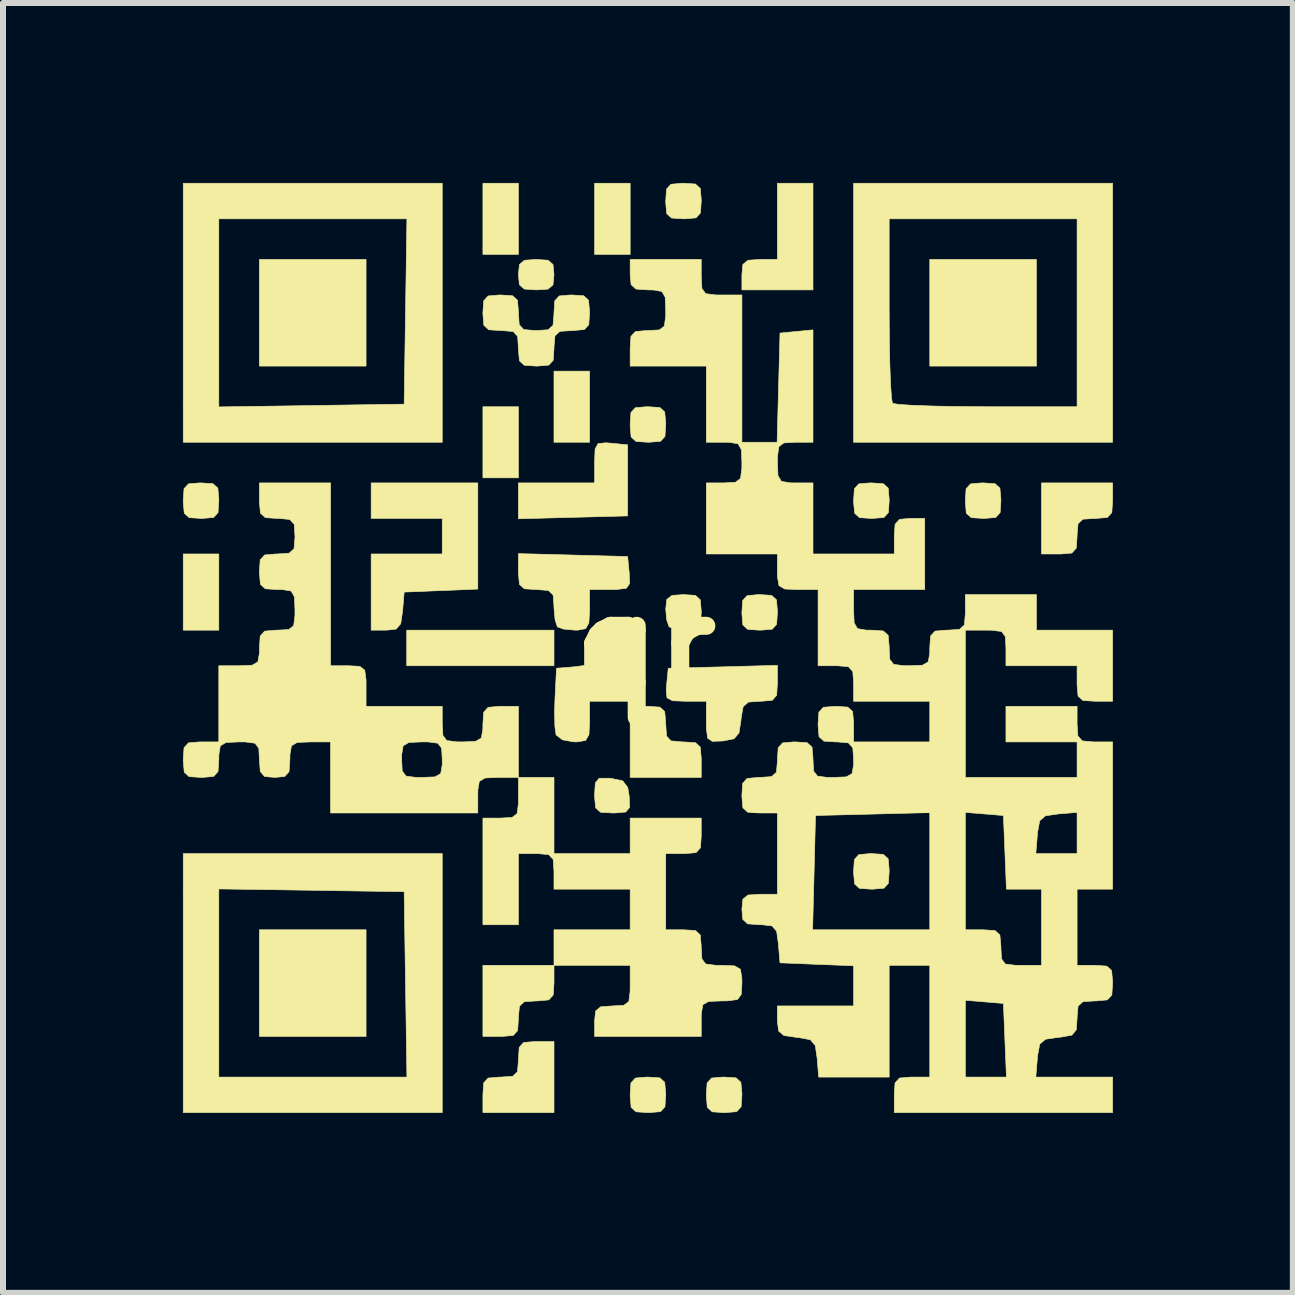
<source format=kicad_pcb>
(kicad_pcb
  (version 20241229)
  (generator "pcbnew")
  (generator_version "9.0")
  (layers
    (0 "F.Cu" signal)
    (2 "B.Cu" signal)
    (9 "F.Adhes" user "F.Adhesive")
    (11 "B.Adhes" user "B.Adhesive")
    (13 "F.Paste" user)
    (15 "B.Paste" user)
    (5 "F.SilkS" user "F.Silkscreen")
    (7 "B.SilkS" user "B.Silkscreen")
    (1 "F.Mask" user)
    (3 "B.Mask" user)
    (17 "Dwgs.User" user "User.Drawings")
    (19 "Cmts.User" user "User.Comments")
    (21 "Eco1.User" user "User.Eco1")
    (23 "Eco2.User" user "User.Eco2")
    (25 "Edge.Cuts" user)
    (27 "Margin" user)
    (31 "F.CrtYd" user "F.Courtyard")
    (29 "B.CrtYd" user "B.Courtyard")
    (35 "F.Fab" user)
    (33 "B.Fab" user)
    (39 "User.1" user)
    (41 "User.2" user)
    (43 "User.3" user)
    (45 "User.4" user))
  (footprint "qr"
    (layer "F.Cu")
    (at 7.71 7.71)
    (property "Reference" "qr" (at 0 0 0) (layer "F.SilkS") (effects (font (size 1.524 1.524) (thickness 0.3))))
    (attr through_hole)
    (fp_poly (pts (xy -7.112 -0.254) (xy -7.705 -0.254) (xy -7.705 -1.524) (xy -7.112 -1.524) (xy -7.112 -0.254)) (stroke (width 0.01) (type solid)) (fill yes) (layer "F.SilkS"))
    (fp_poly (pts (xy -4.657 -4.657) (xy -6.435 -4.657) (xy -6.435 -6.435) (xy -4.657 -6.435) (xy -4.657 -4.657)) (stroke (width 0.01) (type solid)) (fill yes) (layer "F.SilkS"))
    (fp_poly (pts (xy -4.657 6.519) (xy -6.435 6.519) (xy -6.435 4.741) (xy -4.657 4.741) (xy -4.657 6.519)) (stroke (width 0.01) (type solid)) (fill yes) (layer "F.SilkS"))
    (fp_poly (pts (xy -2.117 -6.519) (xy -2.709 -6.519) (xy -2.709 -7.705) (xy -2.117 -7.705) (xy -2.117 -6.519)) (stroke (width 0.01) (type solid)) (fill yes) (layer "F.SilkS"))
    (fp_poly (pts (xy -2.117 -2.794) (xy -2.709 -2.794) (xy -2.709 -3.979) (xy -2.117 -3.979) (xy -2.117 -2.794)) (stroke (width 0.01) (type solid)) (fill yes) (layer "F.SilkS"))
    (fp_poly (pts (xy -1.524 0.339) (xy -3.979 0.339) (xy -3.979 -0.254) (xy -1.524 -0.254) (xy -1.524 0.339)) (stroke (width 0.01) (type solid)) (fill yes) (layer "F.SilkS"))
    (fp_poly (pts (xy -0.931 -3.387) (xy -1.524 -3.387) (xy -1.524 -4.572) (xy -0.931 -4.572) (xy -0.931 -3.387)) (stroke (width 0.01) (type solid)) (fill yes) (layer "F.SilkS"))
    (fp_poly (pts (xy -0.254 -6.519) (xy -0.847 -6.519) (xy -0.847 -7.705) (xy -0.254 -7.705) (xy -0.254 -6.519)) (stroke (width 0.01) (type solid)) (fill yes) (layer "F.SilkS"))
    (fp_poly (pts (xy 6.519 -4.657) (xy 4.741 -4.657) (xy 4.741 -6.435) (xy 6.519 -6.435) (xy 6.519 -4.657)) (stroke (width 0.01) (type solid)) (fill yes) (layer "F.SilkS"))
    (fp_poly (pts (xy 2.794 -5.927) (xy 1.609 -5.927) (xy 1.609 -6.181) (xy 1.625 -6.351) (xy 1.709 -6.421) (xy 1.905 -6.435) (xy 2.201 -6.435) (xy 2.201 -7.705) (xy 2.794 -7.705) (xy 2.794 -5.927)) (stroke (width 0.01) (type solid)) (fill yes) (layer "F.SilkS"))
    (fp_poly (pts (xy -0.572 -3.371) (xy -0.296 -3.344) (xy -0.296 -2.159) (xy -1.206 -2.135) (xy -2.117 -2.111) (xy -2.117 -2.709) (xy -0.847 -2.709) (xy -0.847 -3.053) (xy -0.839 -3.272) (xy -0.789 -3.365) (xy -0.66 -3.378) (xy -0.572 -3.371)) (stroke (width 0.01) (type solid)) (fill yes) (layer "F.SilkS"))
    (fp_poly (pts (xy -3.387 7.789) (xy -7.705 7.789) (xy -7.705 7.197) (xy -7.112 7.197) (xy -3.976 7.197) (xy -3.999 5.652) (xy -4.022 4.106) (xy -7.112 4.06) (xy -7.112 7.197) (xy -7.705 7.197) (xy -7.705 3.471) (xy -3.387 3.471) (xy -3.387 7.789)) (stroke (width 0.01) (type solid)) (fill yes) (layer "F.SilkS"))
    (fp_poly (pts (xy -1.621 -6.421) (xy -1.54 -6.349) (xy -1.524 -6.181) (xy -1.541 -6.01) (xy -1.624 -5.94) (xy -1.82 -5.927) (xy -2.019 -5.941) (xy -2.101 -6.013) (xy -2.117 -6.181) (xy -2.1 -6.351) (xy -2.016 -6.421) (xy -1.82 -6.435) (xy -1.621 -6.421)) (stroke (width 0.01) (type solid)) (fill yes) (layer "F.SilkS"))
    (fp_poly (pts (xy -3.387 -3.387) (xy -7.705 -3.387) (xy -7.705 -7.112) (xy -7.112 -7.112) (xy -7.112 -3.976) (xy -5.567 -3.999) (xy -4.022 -4.022) (xy -3.999 -5.567) (xy -3.976 -7.112) (xy -7.112 -7.112) (xy -7.705 -7.112) (xy -7.705 -7.705) (xy -3.387 -7.705) (xy -3.387 -3.387)) (stroke (width 0.01) (type solid)) (fill yes) (layer "F.SilkS"))
    (fp_poly (pts (xy -2.794 -0.939) (xy -4.022 -0.889) (xy -4.048 -0.572) (xy -4.079 -0.363) (xy -4.154 -0.273) (xy -4.315 -0.254) (xy -4.323 -0.254) (xy -4.572 -0.254) (xy -4.572 -1.524) (xy -3.387 -1.524) (xy -3.387 -2.117) (xy -4.572 -2.117) (xy -4.572 -2.709) (xy -2.794 -2.709) (xy -2.794 -0.939)) (stroke (width 0.01) (type solid)) (fill yes) (layer "F.SilkS"))
    (fp_poly (pts (xy 0.834 -0.834) (xy 0.915 -0.76) (xy 0.931 -0.573) (xy 0.931 -0.55) (xy 0.917 -0.351) (xy 0.845 -0.269) (xy 0.691 -0.254) (xy 0.498 -0.272) (xy 0.395 -0.31) (xy 0.354 -0.429) (xy 0.339 -0.607) (xy 0.357 -0.768) (xy 0.445 -0.834) (xy 0.635 -0.847) (xy 0.834 -0.834)) (stroke (width 0.01) (type solid)) (fill yes) (layer "F.SilkS"))
    (fp_poly (pts (xy -0.572 2.217) (xy -0.378 2.258) (xy -0.294 2.369) (xy -0.27 2.519) (xy -0.264 2.702) (xy -0.328 2.778) (xy -0.508 2.794) (xy -0.545 2.794) (xy -0.746 2.782) (xy -0.829 2.71) (xy -0.847 2.528) (xy -0.847 2.492) (xy -0.835 2.293) (xy -0.771 2.215) (xy -0.605 2.214) (xy -0.572 2.217)) (stroke (width 0.01) (type solid)) (fill yes) (layer "F.SilkS"))
    (fp_poly (pts (xy -7.21 -2.696) (xy -7.128 -2.622) (xy -7.112 -2.436) (xy -7.112 -2.413) (xy -7.125 -2.214) (xy -7.199 -2.133) (xy -7.386 -2.117) (xy -7.408 -2.117) (xy -7.607 -2.13) (xy -7.688 -2.204) (xy -7.705 -2.39) (xy -7.705 -2.413) (xy -7.692 -2.612) (xy -7.618 -2.693) (xy -7.431 -2.709) (xy -7.408 -2.709) (xy -7.21 -2.696)) (stroke (width 0.01) (type solid)) (fill yes) (layer "F.SilkS"))
    (fp_poly (pts (xy -1.524 5.63) (xy -1.537 5.829) (xy -1.611 5.91) (xy -1.798 5.927) (xy -1.82 5.927) (xy -2.019 5.94) (xy -2.1 6.014) (xy -2.117 6.2) (xy -2.117 6.223) (xy -2.13 6.422) (xy -2.204 6.503) (xy -2.39 6.519) (xy -2.413 6.519) (xy -2.709 6.519) (xy -2.709 5.334) (xy -1.524 5.334) (xy -1.524 5.63)) (stroke (width 0.01) (type solid)) (fill yes) (layer "F.SilkS"))
    (fp_poly (pts (xy -1.524 7.789) (xy -2.709 7.789) (xy -2.709 7.493) (xy -2.696 7.294) (xy -2.622 7.213) (xy -2.436 7.197) (xy -2.413 7.197) (xy -2.214 7.184) (xy -2.133 7.11) (xy -2.117 6.923) (xy -2.117 6.9) (xy -2.104 6.702) (xy -2.03 6.62) (xy -1.843 6.604) (xy -1.82 6.604) (xy -1.524 6.604) (xy -1.524 7.789)) (stroke (width 0.01) (type solid)) (fill yes) (layer "F.SilkS"))
    (fp_poly (pts (xy 0.241 -3.966) (xy 0.322 -3.892) (xy 0.339 -3.706) (xy 0.339 -3.683) (xy 0.326 -3.484) (xy 0.252 -3.403) (xy 0.065 -3.387) (xy 0.042 -3.387) (xy -0.156 -3.4) (xy -0.238 -3.474) (xy -0.254 -3.66) (xy -0.254 -3.683) (xy -0.241 -3.882) (xy -0.167 -3.963) (xy 0.02 -3.979) (xy 0.042 -3.979) (xy 0.241 -3.966)) (stroke (width 0.01) (type solid)) (fill yes) (layer "F.SilkS"))
    (fp_poly (pts (xy 0.241 1.029) (xy 0.322 1.103) (xy 0.339 1.29) (xy 0.339 1.312) (xy 0.352 1.511) (xy 0.426 1.592) (xy 0.612 1.609) (xy 0.635 1.609) (xy 0.834 1.622) (xy 0.915 1.696) (xy 0.931 1.882) (xy 0.931 1.905) (xy 0.931 2.201) (xy -0.254 2.201) (xy -0.254 1.016) (xy 0.042 1.016) (xy 0.241 1.029)) (stroke (width 0.01) (type solid)) (fill yes) (layer "F.SilkS"))
    (fp_poly (pts (xy 0.241 7.21) (xy 0.322 7.284) (xy 0.339 7.47) (xy 0.339 7.493) (xy 0.326 7.692) (xy 0.252 7.773) (xy 0.065 7.789) (xy 0.042 7.789) (xy -0.156 7.776) (xy -0.238 7.702) (xy -0.254 7.516) (xy -0.254 7.493) (xy -0.241 7.294) (xy -0.167 7.213) (xy 0.02 7.197) (xy 0.042 7.197) (xy 0.241 7.21)) (stroke (width 0.01) (type solid)) (fill yes) (layer "F.SilkS"))
    (fp_poly (pts (xy 0.834 -7.692) (xy 0.915 -7.618) (xy 0.931 -7.431) (xy 0.931 -7.408) (xy 0.918 -7.21) (xy 0.844 -7.128) (xy 0.658 -7.112) (xy 0.635 -7.112) (xy 0.436 -7.125) (xy 0.355 -7.199) (xy 0.339 -7.386) (xy 0.339 -7.408) (xy 0.352 -7.607) (xy 0.426 -7.688) (xy 0.612 -7.705) (xy 0.635 -7.705) (xy 0.834 -7.692)) (stroke (width 0.01) (type solid)) (fill yes) (layer "F.SilkS"))
    (fp_poly (pts (xy 1.511 7.21) (xy 1.592 7.284) (xy 1.609 7.47) (xy 1.609 7.493) (xy 1.596 7.692) (xy 1.522 7.773) (xy 1.335 7.789) (xy 1.312 7.789) (xy 1.114 7.776) (xy 1.032 7.702) (xy 1.016 7.516) (xy 1.016 7.493) (xy 1.029 7.294) (xy 1.103 7.213) (xy 1.29 7.197) (xy 1.312 7.197) (xy 1.511 7.21)) (stroke (width 0.01) (type solid)) (fill yes) (layer "F.SilkS"))
    (fp_poly (pts (xy 2.104 -0.834) (xy 2.185 -0.76) (xy 2.201 -0.573) (xy 2.201 -0.55) (xy 2.188 -0.352) (xy 2.114 -0.27) (xy 1.928 -0.254) (xy 1.905 -0.254) (xy 1.706 -0.267) (xy 1.625 -0.341) (xy 1.609 -0.528) (xy 1.609 -0.55) (xy 1.622 -0.749) (xy 1.696 -0.83) (xy 1.882 -0.847) (xy 1.905 -0.847) (xy 2.104 -0.834)) (stroke (width 0.01) (type solid)) (fill yes) (layer "F.SilkS"))
    (fp_poly (pts (xy 3.966 -2.696) (xy 4.048 -2.622) (xy 4.064 -2.436) (xy 4.064 -2.413) (xy 4.051 -2.214) (xy 3.977 -2.133) (xy 3.79 -2.117) (xy 3.768 -2.117) (xy 3.569 -2.13) (xy 3.488 -2.204) (xy 3.471 -2.39) (xy 3.471 -2.413) (xy 3.484 -2.612) (xy 3.558 -2.693) (xy 3.745 -2.709) (xy 3.768 -2.709) (xy 3.966 -2.696)) (stroke (width 0.01) (type solid)) (fill yes) (layer "F.SilkS"))
    (fp_poly (pts (xy 3.966 3.484) (xy 4.048 3.558) (xy 4.064 3.745) (xy 4.064 3.768) (xy 4.051 3.966) (xy 3.977 4.048) (xy 3.79 4.064) (xy 3.768 4.064) (xy 3.569 4.051) (xy 3.488 3.977) (xy 3.471 3.79) (xy 3.471 3.768) (xy 3.484 3.569) (xy 3.558 3.488) (xy 3.745 3.471) (xy 3.768 3.471) (xy 3.966 3.484)) (stroke (width 0.01) (type solid)) (fill yes) (layer "F.SilkS"))
    (fp_poly (pts (xy 5.829 -2.696) (xy 5.91 -2.622) (xy 5.927 -2.436) (xy 5.927 -2.413) (xy 5.914 -2.214) (xy 5.84 -2.133) (xy 5.653 -2.117) (xy 5.63 -2.117) (xy 5.432 -2.13) (xy 5.35 -2.204) (xy 5.334 -2.39) (xy 5.334 -2.413) (xy 5.347 -2.612) (xy 5.421 -2.693) (xy 5.608 -2.709) (xy 5.63 -2.709) (xy 5.829 -2.696)) (stroke (width 0.01) (type solid)) (fill yes) (layer "F.SilkS"))
    (fp_poly (pts (xy 7.789 -2.413) (xy 7.776 -2.214) (xy 7.702 -2.133) (xy 7.516 -2.117) (xy 7.493 -2.117) (xy 7.294 -2.104) (xy 7.213 -2.03) (xy 7.197 -1.843) (xy 7.197 -1.82) (xy 7.184 -1.622) (xy 7.11 -1.54) (xy 6.923 -1.524) (xy 6.9 -1.524) (xy 6.604 -1.524) (xy 6.604 -2.709) (xy 7.789 -2.709) (xy 7.789 -2.413)) (stroke (width 0.01) (type solid)) (fill yes) (layer "F.SilkS"))
    (fp_poly (pts (xy 7.789 -3.387) (xy 3.471 -3.387) (xy 3.471 -7.112) (xy 4.064 -7.112) (xy 4.064 -5.602) (xy 4.067 -5.113) (xy 4.075 -4.683) (xy 4.088 -4.341) (xy 4.104 -4.116) (xy 4.12 -4.036) (xy 4.219 -4.018) (xy 4.46 -4.002) (xy 4.813 -3.99) (xy 5.251 -3.982) (xy 5.687 -3.979) (xy 7.197 -3.979) (xy 7.197 -7.112) (xy 4.064 -7.112) (xy 3.471 -7.112) (xy 3.471 -7.705) (xy 7.789 -7.705) (xy 7.789 -3.387)) (stroke (width 0.01) (type solid)) (fill yes) (layer "F.SilkS"))
    (fp_poly (pts (xy -0.254 0.931) (xy -0.931 0.931) (xy -0.931 1.27) (xy -0.941 1.487) (xy -0.996 1.584) (xy -1.131 1.608) (xy -1.188 1.609) (xy -1.383 1.574) (xy -1.489 1.493) (xy -1.509 1.35) (xy -1.514 1.1) (xy -1.507 0.88) (xy -1.482 0.381) (xy -1.164 0.355) (xy -0.956 0.325) (xy -0.867 0.25) (xy -0.847 0.079) (xy -0.847 0.037) (xy -0.833 -0.158) (xy -0.758 -0.238) (xy -0.57 -0.254) (xy -0.55 -0.254) (xy -0.254 -0.254) (xy -0.254 0.931)) (stroke (width 0.01) (type solid)) (fill yes) (layer "F.SilkS"))
    (fp_poly (pts (xy 2.201 0.632) (xy 2.188 0.832) (xy 2.116 0.915) (xy 1.935 0.931) (xy 1.91 0.931) (xy 1.718 0.945) (xy 1.63 1.019) (xy 1.597 1.204) (xy 1.593 1.249) (xy 1.56 1.46) (xy 1.479 1.556) (xy 1.3 1.592) (xy 1.291 1.593) (xy 1.116 1.6) (xy 1.037 1.546) (xy 1.017 1.386) (xy 1.016 1.275) (xy 1.016 0.931) (xy 0.672 0.931) (xy 0.454 0.923) (xy 0.36 0.874) (xy 0.347 0.745) (xy 0.354 0.656) (xy 0.381 0.381) (xy 2.201 0.333) (xy 2.201 0.632)) (stroke (width 0.01) (type solid)) (fill yes) (layer "F.SilkS"))
    (fp_poly (pts (xy -1.206 -1.506) (xy -0.296 -1.482) (xy -0.27 -1.206) (xy -0.263 -1.031) (xy -0.317 -0.953) (xy -0.477 -0.932) (xy -0.587 -0.931) (xy -0.931 -0.931) (xy -0.931 -0.593) (xy -0.942 -0.375) (xy -0.996 -0.279) (xy -1.128 -0.254) (xy -1.171 -0.254) (xy -1.365 -0.272) (xy -1.468 -0.31) (xy -1.506 -0.427) (xy -1.524 -0.632) (xy -1.524 -0.649) (xy -1.538 -0.838) (xy -1.615 -0.916) (xy -1.806 -0.931) (xy -1.82 -0.931) (xy -2.018 -0.944) (xy -2.1 -1.017) (xy -2.117 -1.202) (xy -2.117 -1.231) (xy -2.117 -1.53) (xy -1.206 -1.506)) (stroke (width 0.01) (type solid)) (fill yes) (layer "F.SilkS"))
    (fp_poly (pts (xy -1.029 -5.829) (xy -0.948 -5.755) (xy -0.931 -5.568) (xy -0.931 -5.546) (xy -0.944 -5.347) (xy -1.018 -5.266) (xy -1.205 -5.249) (xy -1.228 -5.249) (xy -1.426 -5.236) (xy -1.508 -5.162) (xy -1.524 -4.976) (xy -1.524 -4.953) (xy -1.537 -4.754) (xy -1.611 -4.673) (xy -1.798 -4.657) (xy -1.82 -4.657) (xy -2.019 -4.67) (xy -2.1 -4.744) (xy -2.117 -4.93) (xy -2.117 -4.953) (xy -2.13 -5.152) (xy -2.204 -5.233) (xy -2.39 -5.249) (xy -2.413 -5.249) (xy -2.612 -5.262) (xy -2.693 -5.336) (xy -2.709 -5.523) (xy -2.709 -5.546) (xy -2.696 -5.744) (xy -2.622 -5.826) (xy -2.436 -5.842) (xy -2.413 -5.842) (xy -2.214 -5.829) (xy -2.133 -5.755) (xy -2.117 -5.568) (xy -2.117 -5.546) (xy -2.104 -5.347) (xy -2.03 -5.266) (xy -1.843 -5.249) (xy -1.82 -5.249) (xy -1.622 -5.262) (xy -1.54 -5.336) (xy -1.524 -5.523) (xy -1.524 -5.546) (xy -1.511 -5.744) (xy -1.437 -5.826) (xy -1.25 -5.842) (xy -1.228 -5.842) (xy -1.029 -5.829)) (stroke (width 0.01) (type solid)) (fill yes) (layer "F.SilkS"))
    (fp_poly (pts (xy -1.524 4.741) (xy -0.254 4.741) (xy -0.254 4.064) (xy -1.524 4.064) (xy -1.524 3.768) (xy -1.537 3.569) (xy -1.611 3.488) (xy -1.798 3.471) (xy -1.82 3.471) (xy -2.117 3.471) (xy -2.117 4.657) (xy -2.709 4.657) (xy -2.709 2.879) (xy -2.413 2.879) (xy -2.223 2.868) (xy -2.139 2.805) (xy -2.117 2.64) (xy -2.117 2.54) (xy -2.117 2.201) (xy -1.524 2.201) (xy -1.524 3.471) (xy -0.254 3.471) (xy -0.254 2.879) (xy 0.931 2.879) (xy 0.931 3.175) (xy 0.918 3.374) (xy 0.844 3.455) (xy 0.658 3.471) (xy 0.635 3.471) (xy 0.339 3.471) (xy 0.339 4.741) (xy 0.635 4.741) (xy 0.834 4.754) (xy 0.915 4.828) (xy 0.931 5.015) (xy 0.931 5.038) (xy 0.942 5.227) (xy 1.005 5.312) (xy 1.17 5.333) (xy 1.27 5.334) (xy 1.487 5.343) (xy 1.583 5.398) (xy 1.608 5.543) (xy 1.609 5.63) (xy 1.598 5.82) (xy 1.535 5.904) (xy 1.37 5.926) (xy 1.27 5.927) (xy 1.053 5.936) (xy 0.957 5.991) (xy 0.932 6.136) (xy 0.931 6.223) (xy 0.931 6.519) (xy -0.847 6.519) (xy -0.847 6.265) (xy -0.83 6.095) (xy -0.746 6.025) (xy -0.55 6.011) (xy -0.361 6.001) (xy -0.276 5.938) (xy -0.255 5.773) (xy -0.254 5.673) (xy -0.254 5.334) (xy -1.524 5.334) (xy -1.524 4.741)) (stroke (width 0.01) (type solid)) (fill yes) (layer "F.SilkS"))
    (fp_poly (pts (xy -5.249 0.339) (xy -4.953 0.339) (xy -4.763 0.349) (xy -4.679 0.412) (xy -4.657 0.577) (xy -4.657 0.677) (xy -4.657 1.016) (xy -3.387 1.016) (xy -3.387 1.312) (xy -3.376 1.502) (xy -3.313 1.586) (xy -3.148 1.608) (xy -3.048 1.609) (xy -2.831 1.6) (xy -2.735 1.544) (xy -2.71 1.4) (xy -2.709 1.312) (xy -2.696 1.114) (xy -2.622 1.032) (xy -2.436 1.016) (xy -2.413 1.016) (xy -2.117 1.016) (xy -2.117 2.201) (xy -2.455 2.201) (xy -2.672 2.21) (xy -2.769 2.266) (xy -2.793 2.41) (xy -2.794 2.498) (xy -2.794 2.794) (xy -5.249 2.794) (xy -5.249 1.905) (xy -4.064 1.905) (xy -4.054 2.095) (xy -3.99 2.179) (xy -3.825 2.201) (xy -3.725 2.201) (xy -3.508 2.192) (xy -3.412 2.137) (xy -3.387 1.992) (xy -3.387 1.905) (xy -3.397 1.715) (xy -3.46 1.631) (xy -3.625 1.609) (xy -3.725 1.609) (xy -3.942 1.618) (xy -4.039 1.673) (xy -4.063 1.818) (xy -4.064 1.905) (xy -5.249 1.905) (xy -5.249 1.609) (xy -5.588 1.609) (xy -5.805 1.618) (xy -5.901 1.673) (xy -5.926 1.818) (xy -5.927 1.905) (xy -5.941 2.104) (xy -6.013 2.186) (xy -6.181 2.201) (xy -6.351 2.185) (xy -6.421 2.101) (xy -6.435 1.905) (xy -6.445 1.715) (xy -6.508 1.631) (xy -6.673 1.609) (xy -6.773 1.609) (xy -6.99 1.618) (xy -7.087 1.673) (xy -7.111 1.818) (xy -7.112 1.905) (xy -7.125 2.104) (xy -7.199 2.185) (xy -7.386 2.201) (xy -7.408 2.201) (xy -7.607 2.188) (xy -7.688 2.114) (xy -7.705 1.928) (xy -7.705 1.905) (xy -7.692 1.706) (xy -7.618 1.625) (xy -7.431 1.609) (xy -7.408 1.609) (xy -7.112 1.609) (xy -7.112 0.339) (xy -6.773 0.339) (xy -6.556 0.33) (xy -6.46 0.274) (xy -6.435 0.13) (xy -6.435 0.042) (xy -6.422 -0.156) (xy -6.348 -0.238) (xy -6.161 -0.254) (xy -6.138 -0.254) (xy -5.949 -0.264) (xy -5.864 -0.328) (xy -5.843 -0.493) (xy -5.842 -0.593) (xy -5.851 -0.81) (xy -5.906 -0.906) (xy -6.051 -0.931) (xy -6.138 -0.931) (xy -6.337 -0.944) (xy -6.418 -1.018) (xy -6.435 -1.205) (xy -6.435 -1.228) (xy -6.422 -1.426) (xy -6.348 -1.508) (xy -6.161 -1.524) (xy -6.138 -1.524) (xy -5.94 -1.537) (xy -5.858 -1.611) (xy -5.842 -1.798) (xy -5.842 -1.82) (xy -5.855 -2.019) (xy -5.929 -2.1) (xy -6.116 -2.117) (xy -6.138 -2.117) (xy -6.337 -2.13) (xy -6.418 -2.204) (xy -6.435 -2.39) (xy -6.435 -2.413) (xy -6.435 -2.709) (xy -5.249 -2.709) (xy -5.249 0.339)) (stroke (width 0.01) (type solid)) (fill yes) (layer "F.SilkS"))
    (fp_poly (pts (xy 0.931 -6.138) (xy 0.942 -5.949) (xy 1.005 -5.864) (xy 1.17 -5.843) (xy 1.27 -5.842) (xy 1.609 -5.842) (xy 1.609 -3.387) (xy 2.196 -3.387) (xy 2.244 -5.207) (xy 2.519 -5.234) (xy 2.794 -5.26) (xy 2.794 -3.387) (xy 2.498 -3.387) (xy 2.308 -3.376) (xy 2.224 -3.313) (xy 2.202 -3.148) (xy 2.201 -3.048) (xy 2.21 -2.831) (xy 2.266 -2.735) (xy 2.41 -2.71) (xy 2.498 -2.709) (xy 2.794 -2.709) (xy 2.794 -1.524) (xy 4.149 -1.524) (xy 4.149 -1.82) (xy 4.163 -2.019) (xy 4.235 -2.101) (xy 4.403 -2.117) (xy 4.657 -2.117) (xy 4.657 -0.931) (xy 3.471 -0.931) (xy 3.471 -0.593) (xy 3.48 -0.376) (xy 3.536 -0.279) (xy 3.68 -0.255) (xy 3.768 -0.254) (xy 3.966 -0.241) (xy 4.048 -0.167) (xy 4.064 0.02) (xy 4.064 0.042) (xy 4.074 0.232) (xy 4.138 0.316) (xy 4.303 0.338) (xy 4.403 0.339) (xy 4.62 0.33) (xy 4.716 0.274) (xy 4.741 0.13) (xy 4.741 0.042) (xy 4.754 -0.156) (xy 4.828 -0.238) (xy 5.015 -0.254) (xy 5.038 -0.254) (xy 5.236 -0.267) (xy 5.318 -0.341) (xy 5.334 -0.528) (xy 5.334 -0.55) (xy 5.334 -0.847) (xy 6.519 -0.847) (xy 6.519 -0.254) (xy 7.789 -0.254) (xy 7.789 0.931) (xy 7.493 0.931) (xy 7.294 0.918) (xy 7.213 0.844) (xy 7.197 0.658) (xy 7.197 0.635) (xy 7.197 0.339) (xy 6.011 0.339) (xy 6.011 0.042) (xy 6.001 -0.147) (xy 5.938 -0.232) (xy 5.773 -0.253) (xy 5.673 -0.254) (xy 5.334 -0.254) (xy 5.334 2.201) (xy 7.197 2.201) (xy 7.197 1.609) (xy 6.011 1.609) (xy 6.011 1.016) (xy 7.197 1.016) (xy 7.197 1.312) (xy 7.21 1.511) (xy 7.284 1.592) (xy 7.47 1.609) (xy 7.493 1.609) (xy 7.789 1.609) (xy 7.789 4.064) (xy 7.197 4.064) (xy 7.197 5.334) (xy 7.493 5.334) (xy 7.692 5.347) (xy 7.773 5.421) (xy 7.789 5.608) (xy 7.789 5.63) (xy 7.776 5.829) (xy 7.702 5.91) (xy 7.516 5.927) (xy 7.493 5.927) (xy 7.294 5.94) (xy 7.213 6.014) (xy 7.197 6.199) (xy 7.197 6.218) (xy 7.183 6.41) (xy 7.109 6.498) (xy 6.924 6.531) (xy 6.879 6.535) (xy 6.67 6.566) (xy 6.574 6.648) (xy 6.539 6.836) (xy 6.535 6.879) (xy 6.509 7.197) (xy 7.789 7.197) (xy 7.789 7.789) (xy 4.149 7.789) (xy 4.149 7.493) (xy 4.162 7.294) (xy 4.236 7.213) (xy 4.422 7.197) (xy 4.445 7.197) (xy 4.741 7.197) (xy 5.334 7.197) (xy 6.019 7.197) (xy 5.994 6.583) (xy 5.969 5.969) (xy 5.652 5.943) (xy 5.334 5.916) (xy 5.334 7.197) (xy 4.741 7.197) (xy 4.741 5.334) (xy 4.064 5.334) (xy 4.064 7.197) (xy 2.889 7.197) (xy 2.863 6.879) (xy 2.832 6.67) (xy 2.75 6.574) (xy 2.562 6.539) (xy 2.519 6.535) (xy 2.31 6.504) (xy 2.221 6.43) (xy 2.201 6.268) (xy 2.201 6.26) (xy 2.201 6.011) (xy 3.471 6.011) (xy 3.471 5.341) (xy 2.857 5.317) (xy 2.244 5.292) (xy 2.217 4.974) (xy 2.188 4.766) (xy 2.167 4.741) (xy 2.788 4.741) (xy 4.741 4.741) (xy 5.334 4.741) (xy 5.63 4.741) (xy 5.829 4.754) (xy 5.91 4.828) (xy 5.927 5.015) (xy 5.927 5.038) (xy 5.937 5.227) (xy 6 5.312) (xy 6.165 5.333) (xy 6.265 5.334) (xy 6.604 5.334) (xy 6.604 4.064) (xy 6.019 4.064) (xy 5.995 3.471) (xy 6.509 3.471) (xy 7.197 3.471) (xy 7.197 2.784) (xy 6.879 2.81) (xy 6.67 2.841) (xy 6.574 2.923) (xy 6.539 3.111) (xy 6.535 3.154) (xy 6.509 3.471) (xy 5.995 3.471) (xy 5.969 2.836) (xy 5.334 2.784) (xy 5.334 4.741) (xy 4.741 4.741) (xy 4.741 2.788) (xy 2.836 2.836) (xy 2.788 4.741) (xy 2.167 4.741) (xy 2.112 4.677) (xy 1.941 4.657) (xy 1.9 4.657) (xy 1.703 4.642) (xy 1.623 4.567) (xy 1.609 4.403) (xy 1.625 4.232) (xy 1.709 4.162) (xy 1.905 4.149) (xy 2.201 4.149) (xy 2.201 2.794) (xy 1.905 2.794) (xy 1.706 2.781) (xy 1.625 2.707) (xy 1.609 2.52) (xy 1.609 2.498) (xy 1.622 2.299) (xy 1.696 2.218) (xy 1.882 2.201) (xy 1.905 2.201) (xy 2.104 2.188) (xy 2.185 2.114) (xy 2.201 1.928) (xy 2.201 1.905) (xy 2.214 1.706) (xy 2.288 1.625) (xy 2.475 1.609) (xy 2.498 1.609) (xy 2.696 1.622) (xy 2.778 1.696) (xy 2.794 1.882) (xy 2.794 1.905) (xy 2.804 2.095) (xy 2.868 2.179) (xy 3.033 2.201) (xy 3.133 2.201) (xy 3.35 2.192) (xy 3.446 2.137) (xy 3.471 1.992) (xy 3.471 1.905) (xy 3.458 1.706) (xy 3.384 1.625) (xy 3.198 1.609) (xy 3.175 1.609) (xy 2.976 1.596) (xy 2.895 1.522) (xy 2.879 1.335) (xy 2.879 1.312) (xy 2.892 1.114) (xy 2.966 1.032) (xy 3.152 1.016) (xy 3.175 1.016) (xy 3.374 1.029) (xy 3.455 1.103) (xy 3.471 1.29) (xy 3.471 1.312) (xy 3.471 1.609) (xy 4.741 1.609) (xy 4.741 0.931) (xy 3.471 0.931) (xy 3.471 0.635) (xy 3.458 0.436) (xy 3.384 0.355) (xy 3.198 0.339) (xy 3.175 0.339) (xy 2.879 0.339) (xy 2.879 -0.931) (xy 2.54 -0.931) (xy 2.323 -0.94) (xy 2.227 -0.996) (xy 2.202 -1.14) (xy 2.201 -1.228) (xy 2.201 -1.524) (xy 1.016 -1.524) (xy 1.016 -2.709) (xy 1.312 -2.709) (xy 1.502 -2.72) (xy 1.586 -2.783) (xy 1.608 -2.948) (xy 1.609 -3.048) (xy 1.6 -3.265) (xy 1.544 -3.361) (xy 1.4 -3.386) (xy 1.312 -3.387) (xy 1.016 -3.387) (xy 1.016 -4.657) (xy -0.254 -4.657) (xy -0.254 -4.953) (xy -0.241 -5.152) (xy -0.167 -5.233) (xy 0.02 -5.249) (xy 0.042 -5.249) (xy 0.232 -5.26) (xy 0.316 -5.323) (xy 0.338 -5.488) (xy 0.339 -5.588) (xy 0.33 -5.805) (xy 0.274 -5.901) (xy 0.13 -5.926) (xy 0.042 -5.927) (xy -0.157 -5.941) (xy -0.238 -6.013) (xy -0.254 -6.181) (xy -0.254 -6.435) (xy 0.931 -6.435) (xy 0.931 -6.138)) (stroke (width 0.01) (type solid)) (fill yes) (layer "F.SilkS")))
  (gr_rect
    (start -3 -3)
    (end 18.504 18.504)
    (stroke (width 0.1) (type default))
    (fill no)
    (layer "Edge.Cuts")))
</source>
